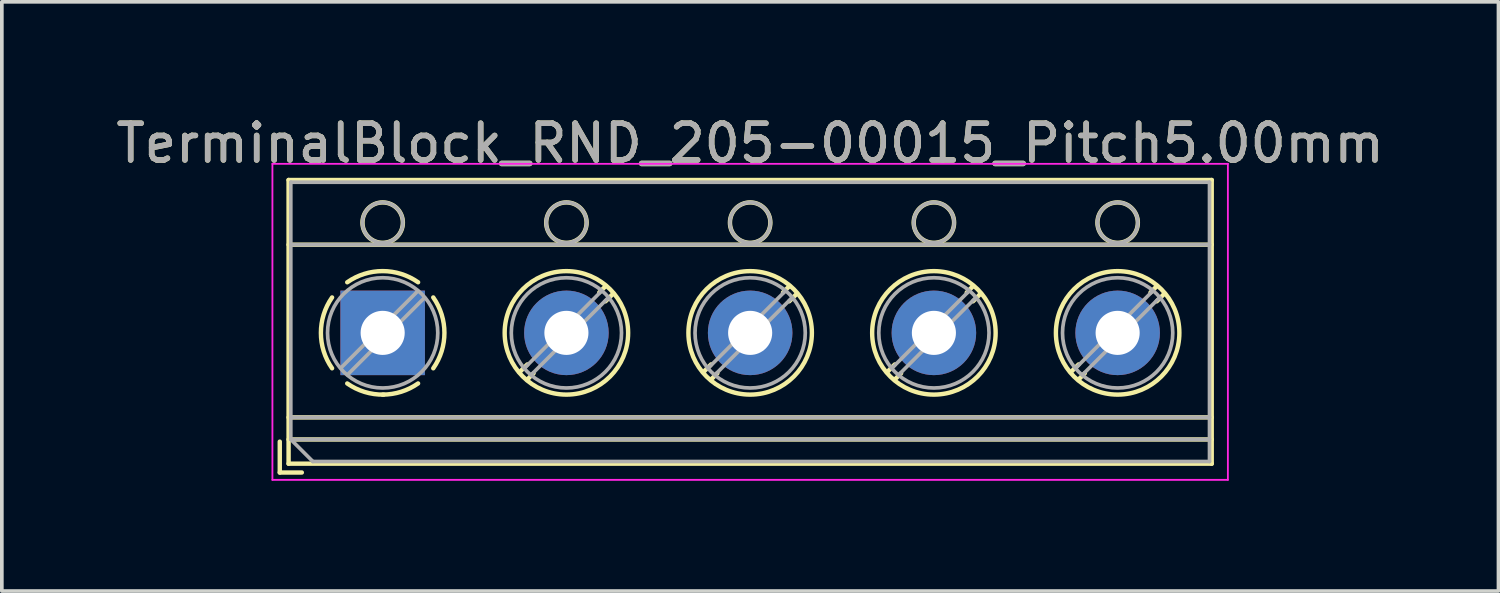
<source format=kicad_pcb>
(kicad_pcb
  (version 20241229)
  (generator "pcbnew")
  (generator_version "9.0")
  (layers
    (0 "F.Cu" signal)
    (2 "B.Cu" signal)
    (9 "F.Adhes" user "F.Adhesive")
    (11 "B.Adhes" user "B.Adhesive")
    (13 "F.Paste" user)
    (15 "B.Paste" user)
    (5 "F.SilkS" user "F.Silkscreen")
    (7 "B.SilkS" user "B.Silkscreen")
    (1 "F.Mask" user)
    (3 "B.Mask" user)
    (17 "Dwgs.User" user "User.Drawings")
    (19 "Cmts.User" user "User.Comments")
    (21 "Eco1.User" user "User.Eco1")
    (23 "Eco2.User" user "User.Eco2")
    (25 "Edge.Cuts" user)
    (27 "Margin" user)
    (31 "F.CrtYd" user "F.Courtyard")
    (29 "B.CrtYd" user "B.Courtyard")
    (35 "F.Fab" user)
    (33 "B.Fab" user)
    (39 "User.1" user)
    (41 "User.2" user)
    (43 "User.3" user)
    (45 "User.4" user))
  (footprint "TerminalBlock_RND_205-00015_Pitch5.00mm"
    (layer "F.Cu")
    (at 7.363 6.008)
    (property "Reference" "TerminalBlock_RND_205-00015_Pitch5.00mm" (at 10 -5.16 0) (layer "F.SilkS") (effects (font (size 1 1) (thickness 0.15))))
    (attr through_hole)
    (fp_line (start -2.8 2.96) (end -2.8 3.8) (stroke (width 0.12) (type solid)) (layer "F.SilkS"))
    (fp_line (start -2.8 3.8) (end -2.2 3.8) (stroke (width 0.12) (type solid)) (layer "F.SilkS"))
    (fp_line (start -2.56 -4.16) (end -2.56 3.56) (stroke (width 0.12) (type solid)) (layer "F.SilkS"))
    (fp_line (start -2.56 -2.4) (end 22.56 -2.4) (stroke (width 0.12) (type solid)) (layer "F.SilkS"))
    (fp_line (start -2.56 2.3) (end 22.56 2.3) (stroke (width 0.12) (type solid)) (layer "F.SilkS"))
    (fp_line (start -2.56 2.9) (end 22.56 2.9) (stroke (width 0.12) (type solid)) (layer "F.SilkS"))
    (fp_line (start -2.56 3.56) (end 22.56 3.56) (stroke (width 0.12) (type solid)) (layer "F.SilkS"))
    (fp_line (start 3.937 0.859) (end 3.726 1.069) (stroke (width 0.12) (type solid)) (layer "F.SilkS"))
    (fp_line (start 4.107 1.099) (end 3.931 1.274) (stroke (width 0.12) (type solid)) (layer "F.SilkS"))
    (fp_line (start 6.07 -1.275) (end 5.894 -1.099) (stroke (width 0.12) (type solid)) (layer "F.SilkS"))
    (fp_line (start 6.275 -1.069) (end 6.064 -0.859) (stroke (width 0.12) (type solid)) (layer "F.SilkS"))
    (fp_line (start 8.937 0.859) (end 8.726 1.069) (stroke (width 0.12) (type solid)) (layer "F.SilkS"))
    (fp_line (start 9.107 1.099) (end 8.931 1.274) (stroke (width 0.12) (type solid)) (layer "F.SilkS"))
    (fp_line (start 11.07 -1.275) (end 10.894 -1.099) (stroke (width 0.12) (type solid)) (layer "F.SilkS"))
    (fp_line (start 11.275 -1.069) (end 11.064 -0.859) (stroke (width 0.12) (type solid)) (layer "F.SilkS"))
    (fp_line (start 13.937 0.859) (end 13.726 1.069) (stroke (width 0.12) (type solid)) (layer "F.SilkS"))
    (fp_line (start 14.107 1.099) (end 13.931 1.274) (stroke (width 0.12) (type solid)) (layer "F.SilkS"))
    (fp_line (start 16.07 -1.275) (end 15.894 -1.099) (stroke (width 0.12) (type solid)) (layer "F.SilkS"))
    (fp_line (start 16.275 -1.069) (end 16.064 -0.859) (stroke (width 0.12) (type solid)) (layer "F.SilkS"))
    (fp_line (start 18.937 0.859) (end 18.726 1.069) (stroke (width 0.12) (type solid)) (layer "F.SilkS"))
    (fp_line (start 19.107 1.099) (end 18.931 1.274) (stroke (width 0.12) (type solid)) (layer "F.SilkS"))
    (fp_line (start 21.07 -1.275) (end 20.894 -1.099) (stroke (width 0.12) (type solid)) (layer "F.SilkS"))
    (fp_line (start 21.275 -1.069) (end 21.064 -0.859) (stroke (width 0.12) (type solid)) (layer "F.SilkS"))
    (fp_line (start 22.56 -4.16) (end -2.56 -4.16) (stroke (width 0.12) (type solid)) (layer "F.SilkS"))
    (fp_line (start 22.56 3.56) (end 22.56 -4.16) (stroke (width 0.12) (type solid)) (layer "F.SilkS"))
    (fp_arc (start -1.376825 0.964249) (mid -1.6809 0.000152) (end -1.377 -0.964) (stroke (width 0.12) (type solid)) (layer "F.SilkS"))
    (fp_arc (start -0.964249 -1.376825) (mid -0.000152 -1.6809) (end 0.964 -1.377) (stroke (width 0.12) (type solid)) (layer "F.SilkS"))
    (fp_arc (start 0.029488 1.680641) (mid -0.491302 1.607497) (end -0.964 1.377) (stroke (width 0.12) (type solid)) (layer "F.SilkS"))
    (fp_arc (start 0.963608 1.376175) (mid 0.505186 1.602244) (end 0 1.68) (stroke (width 0.12) (type solid)) (layer "F.SilkS"))
    (fp_arc (start 1.376825 -0.964249) (mid 1.6809 -0.000152) (end 1.377 0.964) (stroke (width 0.12) (type solid)) (layer "F.SilkS"))
    (fp_circle (center 0 -3) (end 0.55 -3) (stroke (width 0.12) (type solid)) (fill no) (layer "F.SilkS"))
    (fp_circle (center 5 -3) (end 5.55 -3) (stroke (width 0.12) (type solid)) (fill no) (layer "F.SilkS"))
    (fp_circle (center 5 0) (end 6.68 0) (stroke (width 0.12) (type solid)) (fill no) (layer "F.SilkS"))
    (fp_circle (center 10 -3) (end 10.55 -3) (stroke (width 0.12) (type solid)) (fill no) (layer "F.SilkS"))
    (fp_circle (center 10 0) (end 11.68 0) (stroke (width 0.12) (type solid)) (fill no) (layer "F.SilkS"))
    (fp_circle (center 15 -3) (end 15.55 -3) (stroke (width 0.12) (type solid)) (fill no) (layer "F.SilkS"))
    (fp_circle (center 15 0) (end 16.68 0) (stroke (width 0.12) (type solid)) (fill no) (layer "F.SilkS"))
    (fp_circle (center 20 -3) (end 20.55 -3) (stroke (width 0.12) (type solid)) (fill no) (layer "F.SilkS"))
    (fp_circle (center 20 0) (end 21.68 0) (stroke (width 0.12) (type solid)) (fill no) (layer "F.SilkS"))
    (fp_line (start -3 -4.6) (end -3 4) (stroke (width 0.05) (type solid)) (layer "F.CrtYd"))
    (fp_line (start -3 4) (end 23 4) (stroke (width 0.05) (type solid)) (layer "F.CrtYd"))
    (fp_line (start 23 -4.6) (end -3 -4.6) (stroke (width 0.05) (type solid)) (layer "F.CrtYd"))
    (fp_line (start 23 4) (end 23 -4.6) (stroke (width 0.05) (type solid)) (layer "F.CrtYd"))
    (fp_line (start -2.5 -4.1) (end 22.5 -4.1) (stroke (width 0.1) (type solid)) (layer "F.Fab"))
    (fp_line (start -2.5 -2.4) (end 22.5 -2.4) (stroke (width 0.1) (type solid)) (layer "F.Fab"))
    (fp_line (start -2.5 2.3) (end 22.5 2.3) (stroke (width 0.1) (type solid)) (layer "F.Fab"))
    (fp_line (start -2.5 2.9) (end -2.5 -4.1) (stroke (width 0.1) (type solid)) (layer "F.Fab"))
    (fp_line (start -2.5 2.9) (end 22.5 2.9) (stroke (width 0.1) (type solid)) (layer "F.Fab"))
    (fp_line (start -1.9 3.5) (end -2.5 2.9) (stroke (width 0.1) (type solid)) (layer "F.Fab"))
    (fp_line (start 0.955 -1.138) (end -1.138 0.955) (stroke (width 0.1) (type solid)) (layer "F.Fab"))
    (fp_line (start 1.138 -0.955) (end -0.955 1.138) (stroke (width 0.1) (type solid)) (layer "F.Fab"))
    (fp_line (start 5.955 -1.138) (end 3.863 0.955) (stroke (width 0.1) (type solid)) (layer "F.Fab"))
    (fp_line (start 6.138 -0.955) (end 4.046 1.138) (stroke (width 0.1) (type solid)) (layer "F.Fab"))
    (fp_line (start 10.955 -1.138) (end 8.863 0.955) (stroke (width 0.1) (type solid)) (layer "F.Fab"))
    (fp_line (start 11.138 -0.955) (end 9.046 1.138) (stroke (width 0.1) (type solid)) (layer "F.Fab"))
    (fp_line (start 15.955 -1.138) (end 13.863 0.955) (stroke (width 0.1) (type solid)) (layer "F.Fab"))
    (fp_line (start 16.138 -0.955) (end 14.046 1.138) (stroke (width 0.1) (type solid)) (layer "F.Fab"))
    (fp_line (start 20.955 -1.138) (end 18.863 0.955) (stroke (width 0.1) (type solid)) (layer "F.Fab"))
    (fp_line (start 21.138 -0.955) (end 19.046 1.138) (stroke (width 0.1) (type solid)) (layer "F.Fab"))
    (fp_line (start 22.5 -4.1) (end 22.5 3.5) (stroke (width 0.1) (type solid)) (layer "F.Fab"))
    (fp_line (start 22.5 3.5) (end -1.9 3.5) (stroke (width 0.1) (type solid)) (layer "F.Fab"))
    (fp_circle (center 0 -3) (end 0.55 -3) (stroke (width 0.1) (type solid)) (fill no) (layer "F.Fab"))
    (fp_circle (center 0 0) (end 1.5 0) (stroke (width 0.1) (type solid)) (fill no) (layer "F.Fab"))
    (fp_circle (center 5 -3) (end 5.55 -3) (stroke (width 0.1) (type solid)) (fill no) (layer "F.Fab"))
    (fp_circle (center 5 0) (end 6.5 0) (stroke (width 0.1) (type solid)) (fill no) (layer "F.Fab"))
    (fp_circle (center 10 -3) (end 10.55 -3) (stroke (width 0.1) (type solid)) (fill no) (layer "F.Fab"))
    (fp_circle (center 10 0) (end 11.5 0) (stroke (width 0.1) (type solid)) (fill no) (layer "F.Fab"))
    (fp_circle (center 15 -3) (end 15.55 -3) (stroke (width 0.1) (type solid)) (fill no) (layer "F.Fab"))
    (fp_circle (center 15 0) (end 16.5 0) (stroke (width 0.1) (type solid)) (fill no) (layer "F.Fab"))
    (fp_circle (center 20 -3) (end 20.55 -3) (stroke (width 0.1) (type solid)) (fill no) (layer "F.Fab"))
    (fp_circle (center 20 0) (end 21.5 0) (stroke (width 0.1) (type solid)) (fill no) (layer "F.Fab"))
    (fp_text user "${REFERENCE}" (at 10 -5.16 0) (layer "F.Fab") (effects (font (size 1 1) (thickness 0.15))))
    (pad "1" thru_hole rect (at 0 0) (size 2.3 2.3) (drill 1.2) (layers "*.Cu" "*.Mask"))
    (pad "2" thru_hole oval (at 5 0) (size 2.3 2.3) (drill 1.2) (layers "*.Cu" "*.Mask"))
    (pad "3" thru_hole oval (at 10 0) (size 2.3 2.3) (drill 1.2) (layers "*.Cu" "*.Mask"))
    (pad "4" thru_hole oval (at 15 0) (size 2.3 2.3) (drill 1.2) (layers "*.Cu" "*.Mask"))
    (pad "5" thru_hole oval (at 20 0) (size 2.3 2.3) (drill 1.2) (layers "*.Cu" "*.Mask")))
  (gr_rect
    (start -3 -3)
    (end 37.726 13.033)
    (stroke (width 0.1) (type default))
    (fill no)
    (layer "Edge.Cuts")))
</source>
